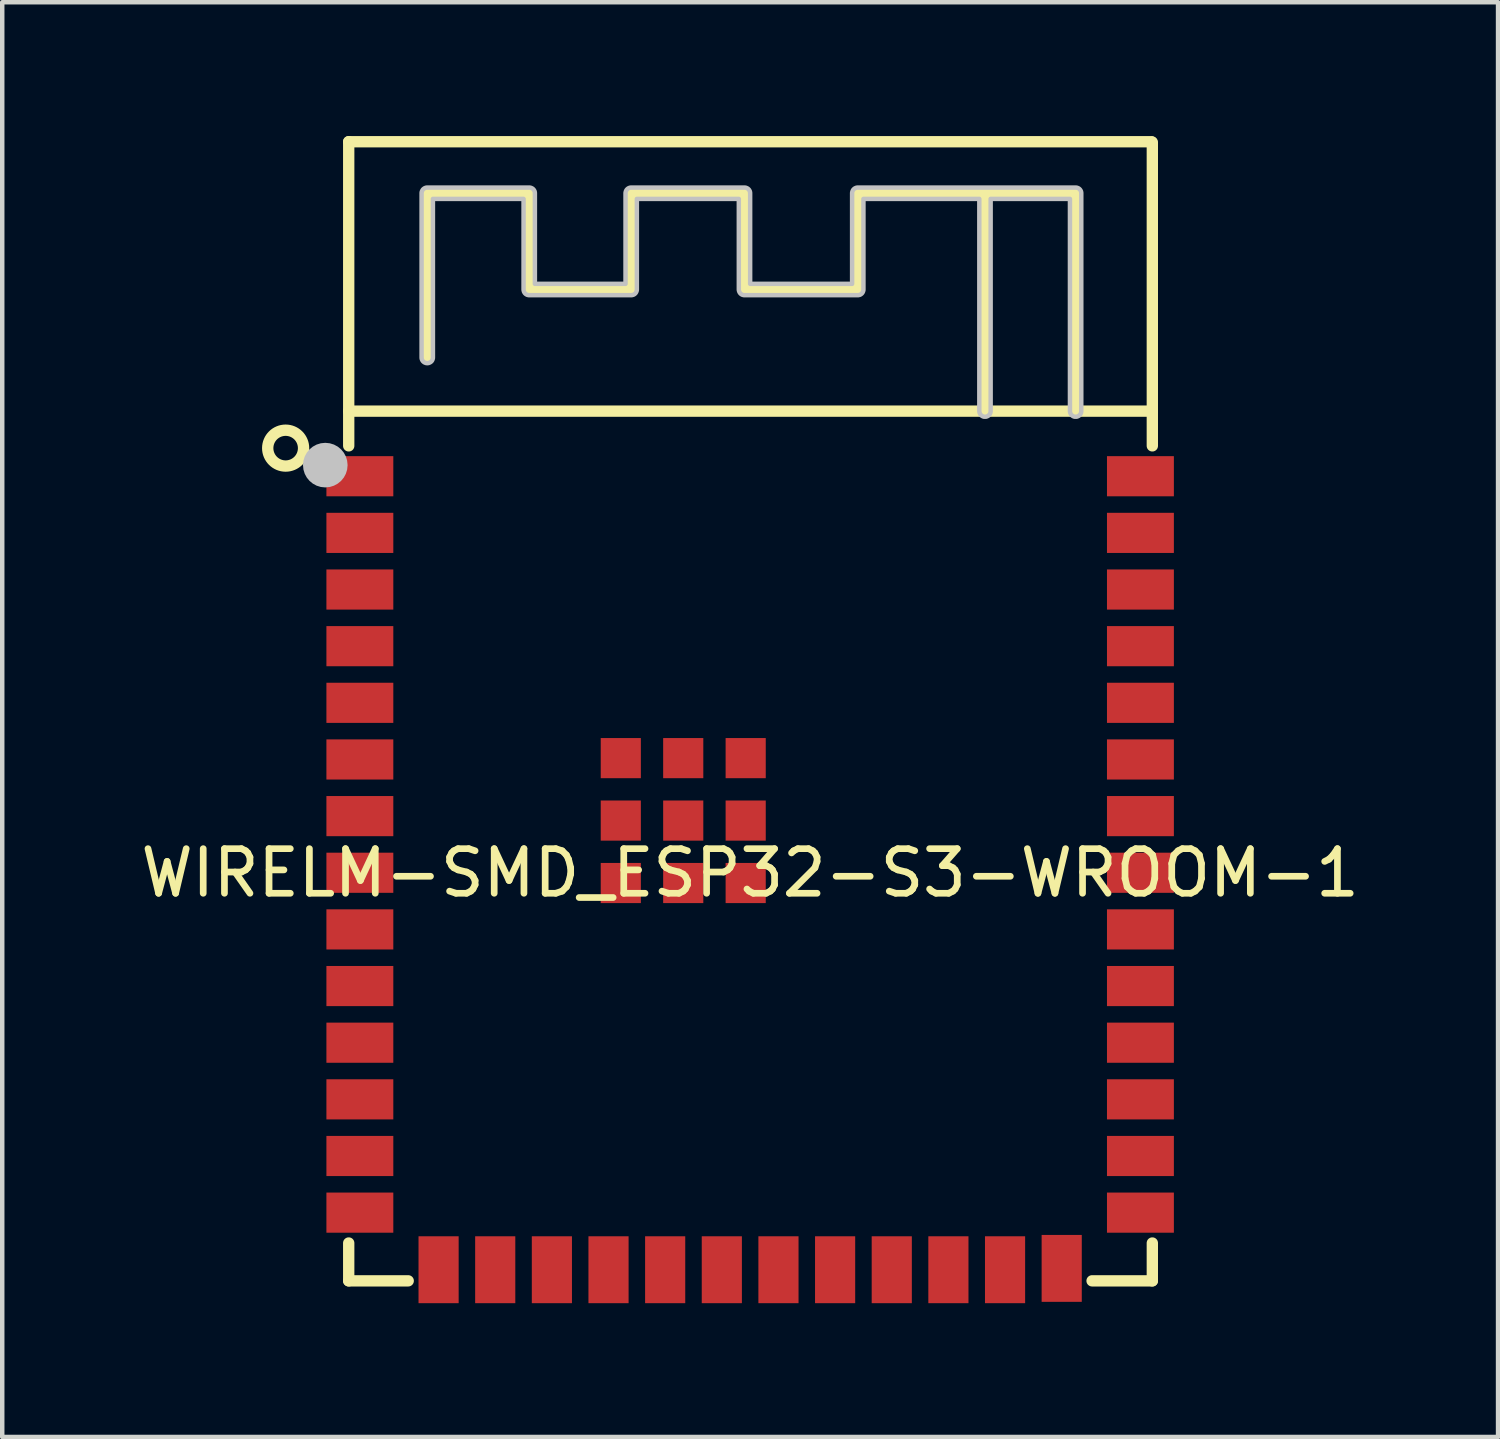
<source format=kicad_pcb>
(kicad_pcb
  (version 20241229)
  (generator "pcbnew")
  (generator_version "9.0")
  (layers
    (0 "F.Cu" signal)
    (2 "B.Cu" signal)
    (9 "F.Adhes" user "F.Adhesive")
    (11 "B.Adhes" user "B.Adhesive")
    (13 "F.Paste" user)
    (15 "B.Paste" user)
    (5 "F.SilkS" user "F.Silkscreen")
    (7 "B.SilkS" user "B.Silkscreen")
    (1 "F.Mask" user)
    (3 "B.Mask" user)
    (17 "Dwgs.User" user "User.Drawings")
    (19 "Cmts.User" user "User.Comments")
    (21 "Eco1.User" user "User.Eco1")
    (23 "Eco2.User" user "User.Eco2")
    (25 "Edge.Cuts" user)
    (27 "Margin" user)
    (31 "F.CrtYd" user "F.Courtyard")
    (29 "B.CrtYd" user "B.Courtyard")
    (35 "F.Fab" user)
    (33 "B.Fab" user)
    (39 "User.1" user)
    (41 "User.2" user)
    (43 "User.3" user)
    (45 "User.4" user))
  (footprint "WIRELM-SMD_ESP32-S3-WROOM-1"
    (layer "F.Cu")
    (at 13.768 16.522)
    (property "Reference" "WIRELM-SMD_ESP32-S3-WROOM-1" (at 0 0 0) (layer "F.SilkS") (effects (font (size 1 1) (thickness 0.15))))
    (fp_line (start -9 -16.395) (end -9 -9.576) (stroke (width 0.254) (type default)) (layer "F.SilkS"))
    (fp_line (start -9 -10.355) (end 9.017 -10.355) (stroke (width 0.254) (type default)) (layer "F.SilkS"))
    (fp_line (start -9 8.296) (end -9 9.144) (stroke (width 0.254) (type default)) (layer "F.SilkS"))
    (fp_line (start -9 9.144) (end -7.666 9.144) (stroke (width 0.254) (type default)) (layer "F.SilkS"))
    (fp_line (start -7.239 -15.24) (end -7.239 -11.557) (stroke (width 0.254) (type default)) (layer "F.SilkS"))
    (fp_line (start -4.953 -15.24) (end -7.239 -15.24) (stroke (width 0.254) (type default)) (layer "F.SilkS"))
    (fp_line (start -4.953 -13.081) (end -4.953 -15.24) (stroke (width 0.254) (type default)) (layer "F.SilkS"))
    (fp_line (start -2.667 -15.24) (end -2.667 -13.081) (stroke (width 0.254) (type default)) (layer "F.SilkS"))
    (fp_line (start -2.667 -13.081) (end -4.953 -13.081) (stroke (width 0.254) (type default)) (layer "F.SilkS"))
    (fp_line (start -0.127 -15.24) (end -2.667 -15.24) (stroke (width 0.254) (type default)) (layer "F.SilkS"))
    (fp_line (start -0.127 -13.081) (end -0.127 -15.24) (stroke (width 0.254) (type default)) (layer "F.SilkS"))
    (fp_line (start 2.413 -15.24) (end 2.413 -13.081) (stroke (width 0.254) (type default)) (layer "F.SilkS"))
    (fp_line (start 2.413 -13.081) (end -0.127 -13.081) (stroke (width 0.254) (type default)) (layer "F.SilkS"))
    (fp_line (start 5.265 -15.24) (end 2.413 -15.24) (stroke (width 0.254) (type default)) (layer "F.SilkS"))
    (fp_line (start 5.265 -10.355) (end 5.265 -15.24) (stroke (width 0.254) (type default)) (layer "F.SilkS"))
    (fp_line (start 7.297 -15.24) (end 5.062 -15.24) (stroke (width 0.254) (type default)) (layer "F.SilkS"))
    (fp_line (start 7.297 -10.355) (end 7.297 -15.24) (stroke (width 0.254) (type default)) (layer "F.SilkS"))
    (fp_line (start 7.666 9.144) (end 9.017 9.144) (stroke (width 0.254) (type default)) (layer "F.SilkS"))
    (fp_line (start 9 -16.395) (end -9 -16.395) (stroke (width 0.254) (type default)) (layer "F.SilkS"))
    (fp_line (start 9.017 -9.576) (end 9.017 -16.383) (stroke (width 0.254) (type default)) (layer "F.SilkS"))
    (fp_line (start 9.017 9.144) (end 9.017 8.296) (stroke (width 0.254) (type default)) (layer "F.SilkS"))
    (fp_circle (center -10.414 -9.525) (end -10.012 -9.525) (stroke (width 0.254) (type default)) (fill no) (layer "F.SilkS"))
    (fp_circle (center -9.525 -9.144) (end -9.275 -9.144) (stroke (width 0.5) (type default)) (fill no) (layer "Dwgs.User"))
    (fp_poly (pts (xy -7.239 -15.367) (xy -7.255 -15.366) (xy -7.272 -15.363) (xy -7.287 -15.357) (xy -7.303 -15.35) (xy -7.316 -15.341) (xy -7.329 -15.33) (xy -7.34 -15.318) (xy -7.349 -15.303) (xy -7.356 -15.289) (xy -7.362 -15.273) (xy -7.365 -15.257) (xy -7.366 -15.24) (xy -7.366 -11.557) (xy -7.365 -11.54) (xy -7.362 -11.524) (xy -7.356 -11.508) (xy -7.349 -11.493) (xy -7.34 -11.479) (xy -7.329 -11.467) (xy -7.316 -11.456) (xy -7.303 -11.447) (xy -7.287 -11.44) (xy -7.272 -11.434) (xy -7.255 -11.431) (xy -7.239 -11.43) (xy -7.223 -11.431) (xy -7.206 -11.434) (xy -7.191 -11.44) (xy -7.176 -11.447) (xy -7.162 -11.456) (xy -7.149 -11.467) (xy -7.138 -11.479) (xy -7.129 -11.493) (xy -7.122 -11.508) (xy -7.117 -11.524) (xy -7.113 -11.54) (xy -7.112 -11.557) (xy -7.112 -15.113) (xy -5.08 -15.113) (xy -5.08 -13.081) (xy -5.079 -13.065) (xy -5.075 -13.048) (xy -5.071 -13.033) (xy -5.063 -13.018) (xy -5.054 -13.004) (xy -5.043 -12.991) (xy -5.03 -12.98) (xy -5.016 -12.971) (xy -5.002 -12.963) (xy -4.986 -12.959) (xy -4.97 -12.955) (xy -4.953 -12.954) (xy -2.667 -12.954) (xy -2.651 -12.955) (xy -2.634 -12.959) (xy -2.619 -12.963) (xy -2.603 -12.971) (xy -2.59 -12.98) (xy -2.577 -12.991) (xy -2.566 -13.004) (xy -2.557 -13.018) (xy -2.55 -13.033) (xy -2.545 -13.048) (xy -2.541 -13.065) (xy -2.54 -13.081) (xy -2.54 -15.113) (xy -0.254 -15.113) (xy -0.254 -13.081) (xy -0.253 -13.065) (xy -0.249 -13.048) (xy -0.244 -13.033) (xy -0.237 -13.018) (xy -0.228 -13.004) (xy -0.217 -12.991) (xy -0.204 -12.98) (xy -0.191 -12.971) (xy -0.175 -12.963) (xy -0.16 -12.959) (xy -0.143 -12.955) (xy -0.127 -12.954) (xy 2.413 -12.954) (xy 2.429 -12.955) (xy 2.446 -12.959) (xy 2.462 -12.963) (xy 2.477 -12.971) (xy 2.49 -12.98) (xy 2.503 -12.991) (xy 2.514 -13.004) (xy 2.523 -13.018) (xy 2.53 -13.033) (xy 2.535 -13.048) (xy 2.539 -13.065) (xy 2.54 -13.081) (xy 2.54 -15.113) (xy 5.062 -15.113) (xy 5.138 -15.113) (xy 5.138 -10.355) (xy 5.139 -10.339) (xy 5.143 -10.322) (xy 5.148 -10.307) (xy 5.155 -10.292) (xy 5.165 -10.278) (xy 5.176 -10.265) (xy 5.188 -10.255) (xy 5.202 -10.245) (xy 5.216 -10.238) (xy 5.232 -10.232) (xy 5.248 -10.229) (xy 5.265 -10.229) (xy 5.282 -10.229) (xy 5.298 -10.232) (xy 5.314 -10.238) (xy 5.329 -10.245) (xy 5.343 -10.255) (xy 5.355 -10.265) (xy 5.366 -10.278) (xy 5.375 -10.292) (xy 5.383 -10.307) (xy 5.388 -10.322) (xy 5.391 -10.339) (xy 5.392 -10.355) (xy 5.392 -15.113) (xy 7.17 -15.113) (xy 7.17 -10.355) (xy 7.171 -10.339) (xy 7.175 -10.322) (xy 7.18 -10.307) (xy 7.187 -10.292) (xy 7.197 -10.278) (xy 7.207 -10.265) (xy 7.22 -10.255) (xy 7.234 -10.245) (xy 7.248 -10.238) (xy 7.264 -10.232) (xy 7.28 -10.229) (xy 7.297 -10.229) (xy 7.314 -10.229) (xy 7.33 -10.232) (xy 7.346 -10.238) (xy 7.361 -10.245) (xy 7.375 -10.255) (xy 7.387 -10.265) (xy 7.398 -10.278) (xy 7.407 -10.292) (xy 7.415 -10.307) (xy 7.42 -10.322) (xy 7.423 -10.339) (xy 7.424 -10.355) (xy 7.424 -15.24) (xy 7.423 -15.257) (xy 7.42 -15.273) (xy 7.415 -15.289) (xy 7.407 -15.303) (xy 7.398 -15.318) (xy 7.387 -15.33) (xy 7.375 -15.341) (xy 7.361 -15.35) (xy 7.346 -15.357) (xy 7.33 -15.363) (xy 7.314 -15.366) (xy 7.297 -15.367) (xy 5.265 -15.367) (xy 5.062 -15.367) (xy 2.413 -15.367) (xy 2.397 -15.366) (xy 2.38 -15.363) (xy 2.365 -15.357) (xy 2.349 -15.35) (xy 2.336 -15.341) (xy 2.323 -15.33) (xy 2.312 -15.318) (xy 2.303 -15.303) (xy 2.296 -15.289) (xy 2.291 -15.273) (xy 2.287 -15.257) (xy 2.286 -15.24) (xy 2.286 -13.208) (xy 0 -13.208) (xy 0 -15.24) (xy -0.001 -15.257) (xy -0.004 -15.273) (xy -0.009 -15.289) (xy -0.017 -15.303) (xy -0.026 -15.318) (xy -0.037 -15.33) (xy -0.05 -15.341) (xy -0.064 -15.35) (xy -0.079 -15.357) (xy -0.094 -15.363) (xy -0.111 -15.366) (xy -0.127 -15.367) (xy -2.667 -15.367) (xy -2.683 -15.366) (xy -2.7 -15.363) (xy -2.716 -15.357) (xy -2.731 -15.35) (xy -2.744 -15.341) (xy -2.757 -15.33) (xy -2.768 -15.318) (xy -2.777 -15.303) (xy -2.784 -15.289) (xy -2.789 -15.273) (xy -2.793 -15.257) (xy -2.794 -15.24) (xy -2.794 -13.208) (xy -4.826 -13.208) (xy -4.826 -15.24) (xy -4.827 -15.257) (xy -4.83 -15.273) (xy -4.835 -15.289) (xy -4.843 -15.303) (xy -4.852 -15.318) (xy -4.863 -15.33) (xy -4.875 -15.341) (xy -4.889 -15.35) (xy -4.904 -15.357) (xy -4.92 -15.363) (xy -4.936 -15.366) (xy -4.953 -15.367)) (stroke (width 0.1) (type default)) (fill no) (layer "Dwgs.User"))
    (fp_poly (pts (xy -9 -9.345) (xy -8.1 -9.345) (xy -8.1 -8.445) (xy -9 -8.445)) (stroke (width 0.1) (type default)) (fill no) (layer "User.1"))
    (fp_poly (pts (xy -9 -8.075) (xy -8.1 -8.075) (xy -8.1 -7.175) (xy -9 -7.175)) (stroke (width 0.1) (type default)) (fill no) (layer "User.1"))
    (fp_poly (pts (xy -9 -6.805) (xy -8.1 -6.805) (xy -8.1 -5.905) (xy -9 -5.905)) (stroke (width 0.1) (type default)) (fill no) (layer "User.1"))
    (fp_poly (pts (xy -9 -5.535) (xy -8.1 -5.535) (xy -8.1 -4.635) (xy -9 -4.635)) (stroke (width 0.1) (type default)) (fill no) (layer "User.1"))
    (fp_poly (pts (xy -9 -4.265) (xy -8.1 -4.265) (xy -8.1 -3.365) (xy -9 -3.365)) (stroke (width 0.1) (type default)) (fill no) (layer "User.1"))
    (fp_poly (pts (xy -9 -2.995) (xy -8.1 -2.995) (xy -8.1 -2.095) (xy -9 -2.095)) (stroke (width 0.1) (type default)) (fill no) (layer "User.1"))
    (fp_poly (pts (xy -9 -1.725) (xy -8.1 -1.725) (xy -8.1 -0.825) (xy -9 -0.825)) (stroke (width 0.1) (type default)) (fill no) (layer "User.1"))
    (fp_poly (pts (xy -9 -0.455) (xy -8.1 -0.455) (xy -8.1 0.445) (xy -9 0.445)) (stroke (width 0.1) (type default)) (fill no) (layer "User.1"))
    (fp_poly (pts (xy -9 0.815) (xy -8.1 0.815) (xy -8.1 1.715) (xy -9 1.715)) (stroke (width 0.1) (type default)) (fill no) (layer "User.1"))
    (fp_poly (pts (xy -9 2.085) (xy -8.1 2.085) (xy -8.1 2.985) (xy -9 2.985)) (stroke (width 0.1) (type default)) (fill no) (layer "User.1"))
    (fp_poly (pts (xy -9 3.355) (xy -8.1 3.355) (xy -8.1 4.255) (xy -9 4.255)) (stroke (width 0.1) (type default)) (fill no) (layer "User.1"))
    (fp_poly (pts (xy -9 4.625) (xy -8.1 4.625) (xy -8.1 5.525) (xy -9 5.525)) (stroke (width 0.1) (type default)) (fill no) (layer "User.1"))
    (fp_poly (pts (xy -9 5.895) (xy -8.1 5.895) (xy -8.1 6.795) (xy -9 6.795)) (stroke (width 0.1) (type default)) (fill no) (layer "User.1"))
    (fp_poly (pts (xy -9 7.165) (xy -8.1 7.165) (xy -8.1 8.065) (xy -9 8.065)) (stroke (width 0.1) (type default)) (fill no) (layer "User.1"))
    (fp_poly (pts (xy -6.535 8.205) (xy -6.535 9.105) (xy -7.435 9.105) (xy -7.435 8.205)) (stroke (width 0.1) (type default)) (fill no) (layer "User.1"))
    (fp_poly (pts (xy -5.265 8.205) (xy -5.265 9.105) (xy -6.165 9.105) (xy -6.165 8.205)) (stroke (width 0.1) (type default)) (fill no) (layer "User.1"))
    (fp_poly (pts (xy -3.995 8.205) (xy -3.995 9.105) (xy -4.895 9.105) (xy -4.895 8.205)) (stroke (width 0.1) (type default)) (fill no) (layer "User.1"))
    (fp_poly (pts (xy -3.35 -2.125) (xy -3.35 -3.025) (xy -2.45 -3.025) (xy -2.45 -2.125)) (stroke (width 0.1) (type default)) (fill no) (layer "User.1"))
    (fp_poly (pts (xy -3.35 -0.725) (xy -3.35 -1.625) (xy -2.45 -1.625) (xy -2.45 -0.725)) (stroke (width 0.1) (type default)) (fill no) (layer "User.1"))
    (fp_poly (pts (xy -3.35 0.675) (xy -3.35 -0.225) (xy -2.45 -0.225) (xy -2.45 0.675)) (stroke (width 0.1) (type default)) (fill no) (layer "User.1"))
    (fp_poly (pts (xy -2.725 8.205) (xy -2.725 9.105) (xy -3.625 9.105) (xy -3.625 8.205)) (stroke (width 0.1) (type default)) (fill no) (layer "User.1"))
    (fp_poly (pts (xy -1.95 -2.125) (xy -1.95 -3.025) (xy -1.05 -3.025) (xy -1.05 -2.125)) (stroke (width 0.1) (type default)) (fill no) (layer "User.1"))
    (fp_poly (pts (xy -1.95 -0.725) (xy -1.95 -1.625) (xy -1.05 -1.625) (xy -1.05 -0.725)) (stroke (width 0.1) (type default)) (fill no) (layer "User.1"))
    (fp_poly (pts (xy -1.95 0.675) (xy -1.95 -0.225) (xy -1.05 -0.225) (xy -1.05 0.675)) (stroke (width 0.1) (type default)) (fill no) (layer "User.1"))
    (fp_poly (pts (xy -1.455 8.205) (xy -1.455 9.105) (xy -2.355 9.105) (xy -2.355 8.205)) (stroke (width 0.1) (type default)) (fill no) (layer "User.1"))
    (fp_poly (pts (xy -0.55 -2.125) (xy -0.55 -3.025) (xy 0.35 -3.025) (xy 0.35 -2.125)) (stroke (width 0.1) (type default)) (fill no) (layer "User.1"))
    (fp_poly (pts (xy -0.55 -0.725) (xy -0.55 -1.625) (xy 0.35 -1.625) (xy 0.35 -0.725)) (stroke (width 0.1) (type default)) (fill no) (layer "User.1"))
    (fp_poly (pts (xy -0.55 0.675) (xy -0.55 -0.225) (xy 0.35 -0.225) (xy 0.35 0.675)) (stroke (width 0.1) (type default)) (fill no) (layer "User.1"))
    (fp_poly (pts (xy -0.185 8.205) (xy -0.185 9.105) (xy -1.085 9.105) (xy -1.085 8.205)) (stroke (width 0.1) (type default)) (fill no) (layer "User.1"))
    (fp_poly (pts (xy 1.085 8.205) (xy 1.085 9.105) (xy 0.185 9.105) (xy 0.185 8.205)) (stroke (width 0.1) (type default)) (fill no) (layer "User.1"))
    (fp_poly (pts (xy 2.355 8.205) (xy 2.355 9.105) (xy 1.455 9.105) (xy 1.455 8.205)) (stroke (width 0.1) (type default)) (fill no) (layer "User.1"))
    (fp_poly (pts (xy 3.625 8.205) (xy 3.625 9.105) (xy 2.725 9.105) (xy 2.725 8.205)) (stroke (width 0.1) (type default)) (fill no) (layer "User.1"))
    (fp_poly (pts (xy 4.895 8.205) (xy 4.895 9.105) (xy 3.995 9.105) (xy 3.995 8.205)) (stroke (width 0.1) (type default)) (fill no) (layer "User.1"))
    (fp_poly (pts (xy 6.165 8.205) (xy 6.165 9.105) (xy 5.265 9.105) (xy 5.265 8.205)) (stroke (width 0.1) (type default)) (fill no) (layer "User.1"))
    (fp_poly (pts (xy 7.435 8.205) (xy 7.435 9.105) (xy 6.535 9.105) (xy 6.535 8.205)) (stroke (width 0.1) (type default)) (fill no) (layer "User.1"))
    (fp_poly (pts (xy 9 -8.445) (xy 8.1 -8.445) (xy 8.1 -9.345) (xy 9 -9.345)) (stroke (width 0.1) (type default)) (fill no) (layer "User.1"))
    (fp_poly (pts (xy 9 -7.175) (xy 8.1 -7.175) (xy 8.1 -8.075) (xy 9 -8.075)) (stroke (width 0.1) (type default)) (fill no) (layer "User.1"))
    (fp_poly (pts (xy 9 -5.905) (xy 8.1 -5.905) (xy 8.1 -6.805) (xy 9 -6.805)) (stroke (width 0.1) (type default)) (fill no) (layer "User.1"))
    (fp_poly (pts (xy 9 -4.635) (xy 8.1 -4.635) (xy 8.1 -5.535) (xy 9 -5.535)) (stroke (width 0.1) (type default)) (fill no) (layer "User.1"))
    (fp_poly (pts (xy 9 -3.365) (xy 8.1 -3.365) (xy 8.1 -4.265) (xy 9 -4.265)) (stroke (width 0.1) (type default)) (fill no) (layer "User.1"))
    (fp_poly (pts (xy 9 -2.095) (xy 8.1 -2.095) (xy 8.1 -2.995) (xy 9 -2.995)) (stroke (width 0.1) (type default)) (fill no) (layer "User.1"))
    (fp_poly (pts (xy 9 -0.825) (xy 8.1 -0.825) (xy 8.1 -1.725) (xy 9 -1.725)) (stroke (width 0.1) (type default)) (fill no) (layer "User.1"))
    (fp_poly (pts (xy 9 0.445) (xy 8.1 0.445) (xy 8.1 -0.455) (xy 9 -0.455)) (stroke (width 0.1) (type default)) (fill no) (layer "User.1"))
    (fp_poly (pts (xy 9 1.715) (xy 8.1 1.715) (xy 8.1 0.815) (xy 9 0.815)) (stroke (width 0.1) (type default)) (fill no) (layer "User.1"))
    (fp_poly (pts (xy 9 2.985) (xy 8.1 2.985) (xy 8.1 2.085) (xy 9 2.085)) (stroke (width 0.1) (type default)) (fill no) (layer "User.1"))
    (fp_poly (pts (xy 9 4.255) (xy 8.1 4.255) (xy 8.1 3.355) (xy 9 3.355)) (stroke (width 0.1) (type default)) (fill no) (layer "User.1"))
    (fp_poly (pts (xy 9 5.525) (xy 8.1 5.525) (xy 8.1 4.625) (xy 9 4.625)) (stroke (width 0.1) (type default)) (fill no) (layer "User.1"))
    (fp_poly (pts (xy 9 6.795) (xy 8.1 6.795) (xy 8.1 5.895) (xy 9 5.895)) (stroke (width 0.1) (type default)) (fill no) (layer "User.1"))
    (fp_poly (pts (xy 9 8.065) (xy 8.1 8.065) (xy 8.1 7.165) (xy 9 7.165)) (stroke (width 0.1) (type default)) (fill no) (layer "User.1"))
    (fp_line (start -9 -16.395) (end 9 -16.395) (stroke (width 0.051) (type default)) (layer "User.2"))
    (fp_line (start -9 9.105) (end -9 -16.395) (stroke (width 0.051) (type default)) (layer "User.2"))
    (fp_line (start 9 -16.395) (end 9 9.105) (stroke (width 0.051) (type default)) (layer "User.2"))
    (fp_line (start 9 9.105) (end -9 9.105) (stroke (width 0.051) (type default)) (layer "User.2"))
    (fp_poly (pts (xy -8.945 -16.418) (xy -8.977 -16.45) (xy -9.023 -16.45) (xy -9.055 -16.418) (xy -9.055 -16.372) (xy -9.023 -16.34) (xy -8.977 -16.34) (xy -8.945 -16.372)) (stroke (width 0.1) (type default)) (fill no) (layer "User.3"))
    (pad "1" smd rect (at -8.75 -8.895) (size 1.5 0.9) (layers "F.Cu" "F.Mask" "F.Paste"))
    (pad "2" smd rect (at -8.75 -7.625) (size 1.5 0.9) (layers "F.Cu" "F.Mask" "F.Paste"))
    (pad "3" smd rect (at -8.75 -6.355) (size 1.5 0.9) (layers "F.Cu" "F.Mask" "F.Paste"))
    (pad "4" smd rect (at -8.75 -5.085) (size 1.5 0.9) (layers "F.Cu" "F.Mask" "F.Paste"))
    (pad "5" smd rect (at -8.75 -3.815) (size 1.5 0.9) (layers "F.Cu" "F.Mask" "F.Paste"))
    (pad "6" smd rect (at -8.75 -2.545) (size 1.5 0.9) (layers "F.Cu" "F.Mask" "F.Paste"))
    (pad "7" smd rect (at -8.75 -1.275) (size 1.5 0.9) (layers "F.Cu" "F.Mask" "F.Paste"))
    (pad "8" smd rect (at -8.75 -0.005) (size 1.5 0.9) (layers "F.Cu" "F.Mask" "F.Paste"))
    (pad "9" smd rect (at -8.75 1.265) (size 1.5 0.9) (layers "F.Cu" "F.Mask" "F.Paste"))
    (pad "10" smd rect (at -8.75 2.535) (size 1.5 0.9) (layers "F.Cu" "F.Mask" "F.Paste"))
    (pad "11" smd rect (at -8.75 3.805) (size 1.5 0.9) (layers "F.Cu" "F.Mask" "F.Paste"))
    (pad "12" smd rect (at -8.75 5.075) (size 1.5 0.9) (layers "F.Cu" "F.Mask" "F.Paste"))
    (pad "13" smd rect (at -8.75 6.345) (size 1.5 0.9) (layers "F.Cu" "F.Mask" "F.Paste"))
    (pad "14" smd rect (at -8.75 7.615) (size 1.5 0.9) (layers "F.Cu" "F.Mask" "F.Paste"))
    (pad "15" smd rect (at -6.985 8.895 90) (size 1.5 0.9) (layers "F.Cu" "F.Mask" "F.Paste"))
    (pad "16" smd rect (at -5.715 8.895 90) (size 1.5 0.9) (layers "F.Cu" "F.Mask" "F.Paste"))
    (pad "17" smd rect (at -4.445 8.895 90) (size 1.5 0.9) (layers "F.Cu" "F.Mask" "F.Paste"))
    (pad "18" smd rect (at -3.175 8.895 90) (size 1.5 0.9) (layers "F.Cu" "F.Mask" "F.Paste"))
    (pad "19" smd rect (at -1.905 8.895 90) (size 1.5 0.9) (layers "F.Cu" "F.Mask" "F.Paste"))
    (pad "20" smd rect (at -0.635 8.895 90) (size 1.5 0.9) (layers "F.Cu" "F.Mask" "F.Paste"))
    (pad "21" smd rect (at 0.635 8.895 90) (size 1.5 0.9) (layers "F.Cu" "F.Mask" "F.Paste"))
    (pad "22" smd rect (at 1.905 8.895 90) (size 1.5 0.9) (layers "F.Cu" "F.Mask" "F.Paste"))
    (pad "23" smd rect (at 3.175 8.895 90) (size 1.5 0.9) (layers "F.Cu" "F.Mask" "F.Paste"))
    (pad "24" smd rect (at 4.445 8.895 90) (size 1.5 0.9) (layers "F.Cu" "F.Mask" "F.Paste"))
    (pad "25" smd rect (at 5.715 8.895 90) (size 1.5 0.9) (layers "F.Cu" "F.Mask" "F.Paste"))
    (pad "26" smd rect (at 6.985 8.865 90) (size 1.5 0.9) (layers "F.Cu" "F.Mask" "F.Paste"))
    (pad "27" smd rect (at 8.75 7.615 180) (size 1.5 0.9) (layers "F.Cu" "F.Mask" "F.Paste"))
    (pad "28" smd rect (at 8.75 6.345 180) (size 1.5 0.9) (layers "F.Cu" "F.Mask" "F.Paste"))
    (pad "29" smd rect (at 8.75 5.075 180) (size 1.5 0.9) (layers "F.Cu" "F.Mask" "F.Paste"))
    (pad "30" smd rect (at 8.75 3.805 180) (size 1.5 0.9) (layers "F.Cu" "F.Mask" "F.Paste"))
    (pad "31" smd rect (at 8.75 2.535 180) (size 1.5 0.9) (layers "F.Cu" "F.Mask" "F.Paste"))
    (pad "32" smd rect (at 8.75 1.265 180) (size 1.5 0.9) (layers "F.Cu" "F.Mask" "F.Paste"))
    (pad "33" smd rect (at 8.75 -0.005 180) (size 1.5 0.9) (layers "F.Cu" "F.Mask" "F.Paste"))
    (pad "34" smd rect (at 8.75 -1.275 180) (size 1.5 0.9) (layers "F.Cu" "F.Mask" "F.Paste"))
    (pad "35" smd rect (at 8.75 -2.545 180) (size 1.5 0.9) (layers "F.Cu" "F.Mask" "F.Paste"))
    (pad "36" smd rect (at 8.75 -3.815 180) (size 1.5 0.9) (layers "F.Cu" "F.Mask" "F.Paste"))
    (pad "37" smd rect (at 8.75 -5.085 180) (size 1.5 0.9) (layers "F.Cu" "F.Mask" "F.Paste"))
    (pad "38" smd rect (at 8.75 -6.355 180) (size 1.5 0.9) (layers "F.Cu" "F.Mask" "F.Paste"))
    (pad "39" smd rect (at 8.75 -7.625 180) (size 1.5 0.9) (layers "F.Cu" "F.Mask" "F.Paste"))
    (pad "40" smd rect (at 8.75 -8.895 180) (size 1.5 0.9) (layers "F.Cu" "F.Mask" "F.Paste"))
    (pad "41" smd rect (at -2.9 -2.575 90) (size 0.9 0.9) (layers "F.Cu" "F.Mask" "F.Paste"))
    (pad "41" smd rect (at -2.9 -1.175 90) (size 0.9 0.9) (layers "F.Cu" "F.Mask" "F.Paste"))
    (pad "41" smd rect (at -2.9 0.225 90) (size 0.9 0.9) (layers "F.Cu" "F.Mask" "F.Paste"))
    (pad "41" smd rect (at -1.5 -2.575 90) (size 0.9 0.9) (layers "F.Cu" "F.Mask" "F.Paste"))
    (pad "41" smd rect (at -1.5 -1.175 90) (size 0.9 0.9) (layers "F.Cu" "F.Mask" "F.Paste"))
    (pad "41" smd rect (at -1.5 0.225 90) (size 0.9 0.9) (layers "F.Cu" "F.Mask" "F.Paste"))
    (pad "41" smd rect (at -0.1 -2.575 90) (size 0.9 0.9) (layers "F.Cu" "F.Mask" "F.Paste"))
    (pad "41" smd rect (at -0.1 -1.175 90) (size 0.9 0.9) (layers "F.Cu" "F.Mask" "F.Paste"))
    (pad "41" smd rect (at -0.1 0.225 90) (size 0.9 0.9) (layers "F.Cu" "F.Mask" "F.Paste")))
  (gr_rect
    (start -3 -3)
    (end 30.536 29.167)
    (stroke (width 0.1) (type default))
    (fill no)
    (layer "Edge.Cuts")))
</source>
